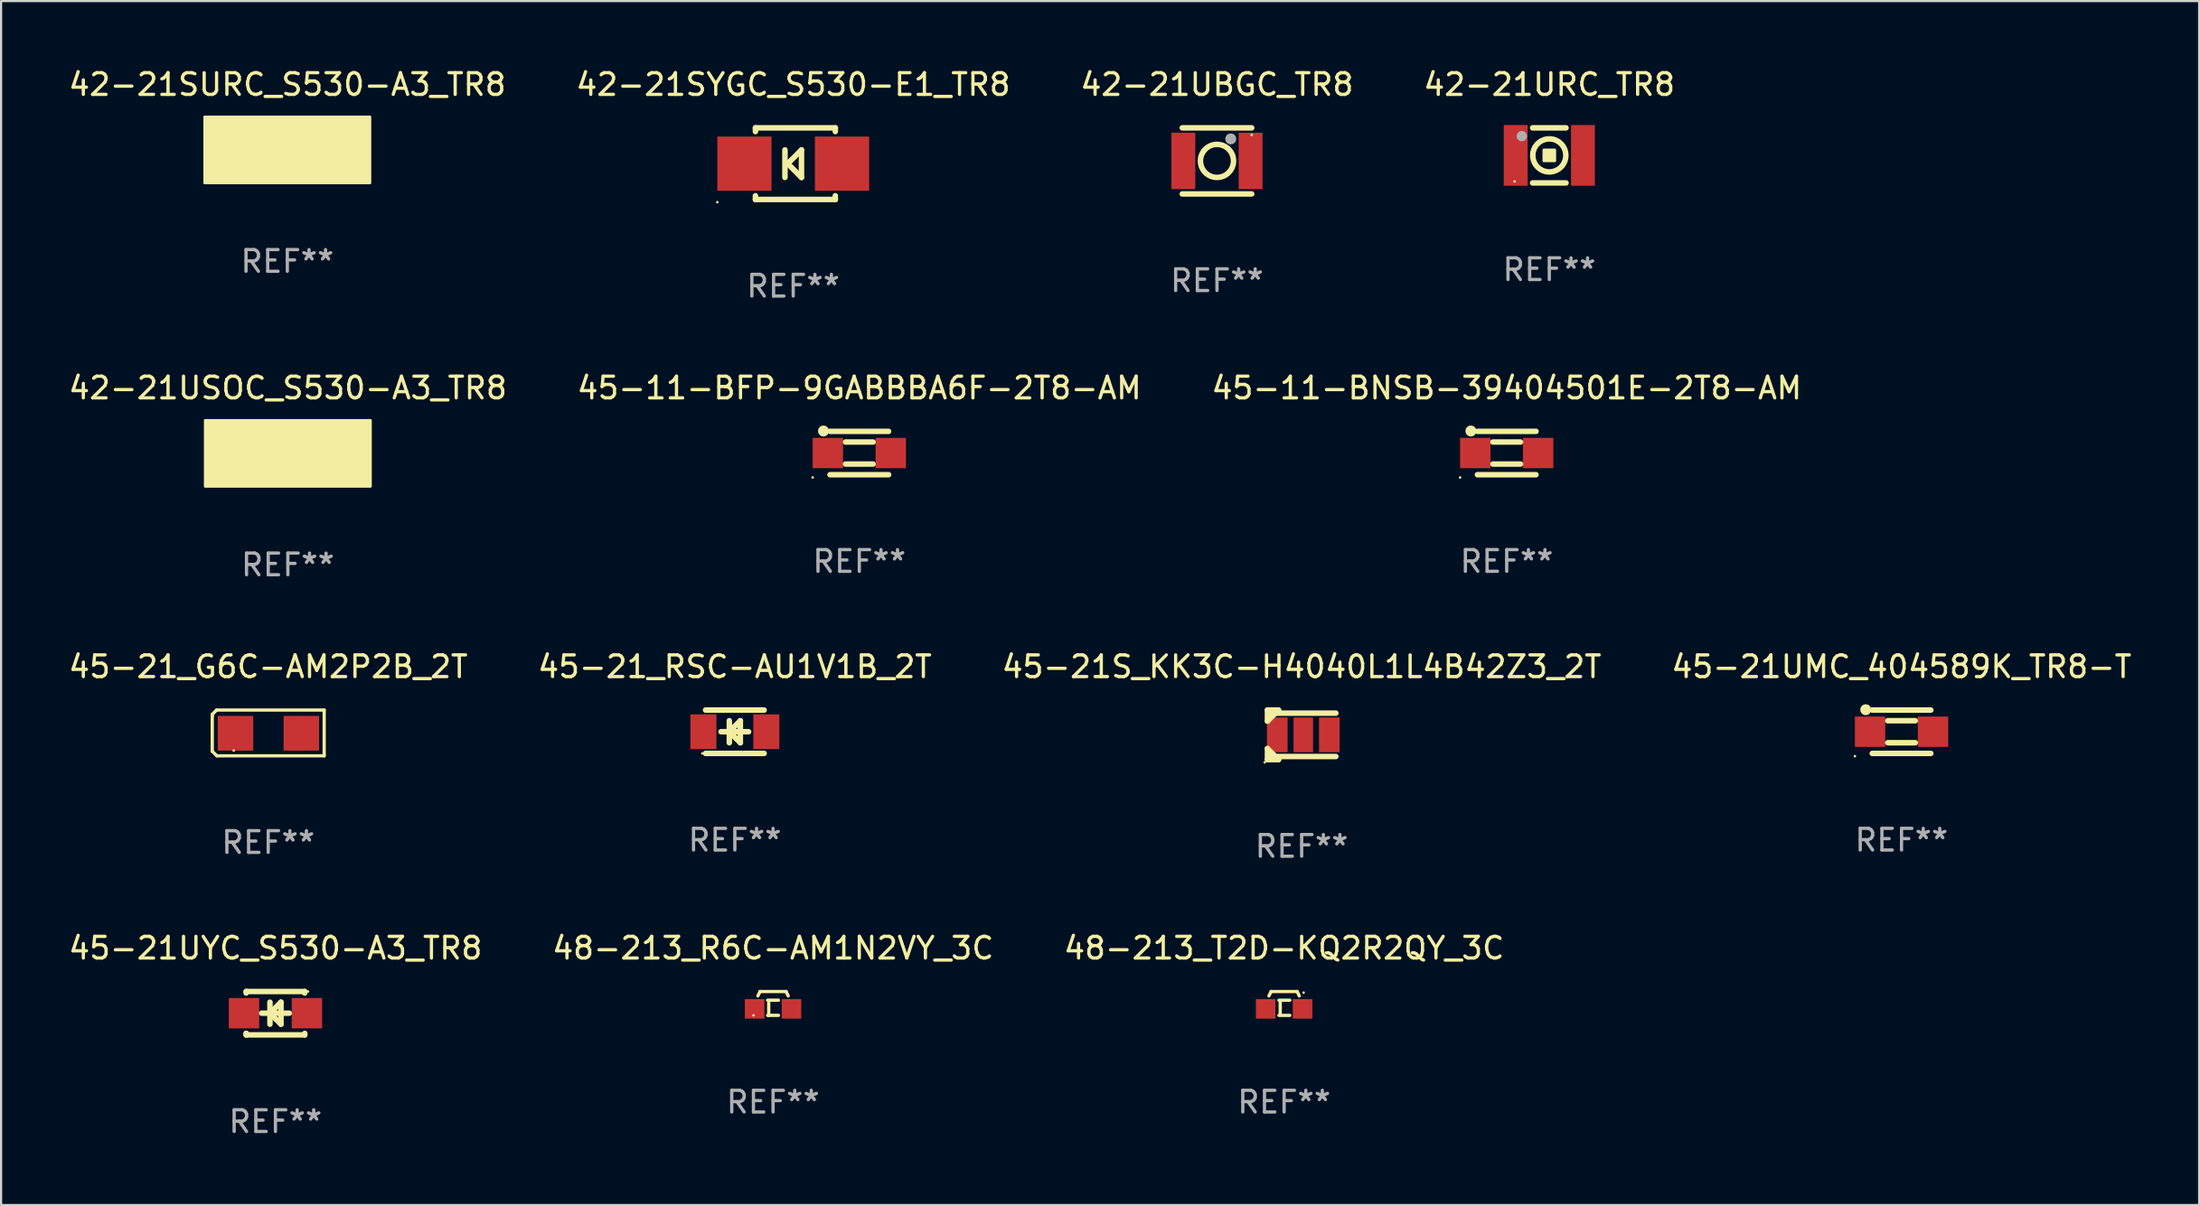
<source format=kicad_pcb>
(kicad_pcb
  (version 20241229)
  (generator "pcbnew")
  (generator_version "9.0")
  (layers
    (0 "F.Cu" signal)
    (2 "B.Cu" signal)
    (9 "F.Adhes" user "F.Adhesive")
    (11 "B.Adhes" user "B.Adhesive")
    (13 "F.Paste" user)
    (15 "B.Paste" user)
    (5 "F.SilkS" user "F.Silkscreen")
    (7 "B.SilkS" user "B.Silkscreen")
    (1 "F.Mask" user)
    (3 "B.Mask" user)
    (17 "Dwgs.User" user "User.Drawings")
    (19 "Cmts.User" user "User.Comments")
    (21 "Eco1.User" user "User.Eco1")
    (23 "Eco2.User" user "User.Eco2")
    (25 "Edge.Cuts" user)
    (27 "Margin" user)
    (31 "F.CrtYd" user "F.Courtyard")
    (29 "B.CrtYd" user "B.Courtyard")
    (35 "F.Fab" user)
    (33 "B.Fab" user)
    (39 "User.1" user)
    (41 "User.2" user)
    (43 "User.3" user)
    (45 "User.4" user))
  (footprint "45-21_G6C-AM2P2B_2T"
    (layer "F.Cu")
    (at 9.315 30.757)
    (property "Reference" "45-21_G6C-AM2P2B_2T" (at 0 -3.055 0) (layer "F.SilkS") (effects (font (size 1 1) (thickness 0.15))))
    (attr through_hole)
    (fp_line (start -2.58 -0.855) (end -2.38 -1.055) (stroke (width 0.15) (type solid)) (layer "F.SilkS"))
    (fp_line (start -2.58 -0.775) (end -2.58 -0.855) (stroke (width 0.15) (type solid)) (layer "F.SilkS"))
    (fp_line (start -2.58 -0.775) (end -2.58 0.845) (stroke (width 0.15) (type solid)) (layer "F.SilkS"))
    (fp_line (start -2.58 0.845) (end -2.37 1.055) (stroke (width 0.15) (type solid)) (layer "F.SilkS"))
    (fp_line (start -2.38 -1.055) (end 2.58 -1.055) (stroke (width 0.15) (type solid)) (layer "F.SilkS"))
    (fp_line (start 2.58 -1.055) (end 2.58 1.055) (stroke (width 0.15) (type solid)) (layer "F.SilkS"))
    (fp_line (start 2.58 1.055) (end -2.37 1.055) (stroke (width 0.15) (type solid)) (layer "F.SilkS"))
    (fp_circle (center -1.59 0.815) (end -1.56 0.815) (stroke (width 0.06) (type solid)) (fill no) (layer "F.SilkS"))
    (fp_text user "REF**" (at 0 5.055 0) (layer "F.Fab") (effects (font (size 1 1) (thickness 0.15))))
    (pad "1" smd rect (at -1.507 0.015) (size 1.635 1.6) (layers "F.Cu" "F.Mask" "F.Paste"))
    (pad "2" smd rect (at 1.527 0.015) (size 1.635 1.6) (layers "F.Cu" "F.Mask" "F.Paste")))
  (footprint "42-21SYGC_S530-E1_TR8"
    (layer "F.Cu")
    (at 33.518 4.499)
    (property "Reference" "42-21SYGC_S530-E1_TR8" (at 0 -3.651 0) (layer "F.SilkS") (effects (font (size 1 1) (thickness 0.15))))
    (attr through_hole)
    (fp_line (start -1.742 -1.651) (end -1.742 -1.481) (stroke (width 0.254) (type solid)) (layer "F.SilkS"))
    (fp_line (start -1.742 1.481) (end -1.742 1.651) (stroke (width 0.254) (type solid)) (layer "F.SilkS"))
    (fp_line (start -0.381 0.635) (end -0.381 -0.635) (stroke (width 0.254) (type solid)) (layer "F.SilkS"))
    (fp_line (start -0.254 0) (end 0.381 -0.635) (stroke (width 0.254) (type solid)) (layer "F.SilkS"))
    (fp_line (start 0.381 -0.635) (end 0.381 0.635) (stroke (width 0.254) (type solid)) (layer "F.SilkS"))
    (fp_line (start 0.381 0.635) (end -0.254 0) (stroke (width 0.254) (type solid)) (layer "F.SilkS"))
    (fp_line (start 1.941 -1.651) (end -1.742 -1.651) (stroke (width 0.254) (type solid)) (layer "F.SilkS"))
    (fp_line (start 1.941 -1.481) (end 1.941 -1.651) (stroke (width 0.254) (type solid)) (layer "F.SilkS"))
    (fp_line (start 1.941 1.651) (end -1.742 1.651) (stroke (width 0.254) (type solid)) (layer "F.SilkS"))
    (fp_line (start 1.941 1.651) (end 1.941 1.481) (stroke (width 0.254) (type solid)) (layer "F.SilkS"))
    (fp_circle (center -3.5 1.778) (end -3.47 1.778) (stroke (width 0.06) (type solid)) (fill no) (layer "F.SilkS"))
    (fp_text user "REF**" (at 0 5.651 0) (layer "F.Fab") (effects (font (size 1 1) (thickness 0.15))))
    (pad "1" smd rect (at -2.25 0 180) (size 2.5 2.5) (layers "F.Cu" "F.Mask" "F.Paste"))
    (pad "2" smd rect (at 2.25 0 180) (size 2.5 2.5) (layers "F.Cu" "F.Mask" "F.Paste")))
  (footprint "48-213_R6C-AM1N2VY_3C"
    (layer "F.Cu")
    (at 32.589 43.235)
    (property "Reference" "48-213_R6C-AM1N2VY_3C" (at 0 -2.551 0) (layer "F.SilkS") (effects (font (size 1 1) (thickness 0.15))))
    (attr through_hole)
    (fp_line (start -0.6 -0.549) (end 0.6 -0.549) (stroke (width 0.152) (type solid)) (layer "F.SilkS"))
    (fp_line (start -0.6 -0.551) (end -0.7 -0.349) (stroke (width 0.152) (type solid)) (layer "F.SilkS"))
    (fp_line (start -0.25 -0.15) (end 0.25 -0.15) (stroke (width 0.152) (type solid)) (layer "F.SilkS"))
    (fp_line (start -0.25 0.55) (end 0.25 0.55) (stroke (width 0.152) (type solid)) (layer "F.SilkS"))
    (fp_line (start -0.2 0.551) (end -0.2 -0.049) (stroke (width 0.152) (type solid)) (layer "F.SilkS"))
    (fp_line (start 0.599 -0.551) (end 0.7 -0.349) (stroke (width 0.152) (type solid)) (layer "F.SilkS"))
    (fp_circle (center -0.9 0.551) (end -0.87 0.551) (stroke (width 0.06) (type solid)) (fill no) (layer "F.SilkS"))
    (fp_text user "REF**" (at 0 4.551 0) (layer "F.Fab") (effects (font (size 1 1) (thickness 0.15))))
    (pad "1" smd rect (at -0.85 0.251) (size 0.9 0.9) (layers "F.Cu" "F.Mask" "F.Paste"))
    (pad "2" smd rect (at 0.85 0.251) (size 0.9 0.9) (layers "F.Cu" "F.Mask" "F.Paste")))
  (footprint "45-21_RSC-AU1V1B_2T"
    (layer "F.Cu")
    (at 30.827 30.702)
    (property "Reference" "45-21_RSC-AU1V1B_2T" (at 0 -3 0) (layer "F.SilkS") (effects (font (size 1 1) (thickness 0.15))))
    (attr through_hole)
    (fp_line (start -1.35 -1) (end 1.35 -1) (stroke (width 0.254) (type solid)) (layer "F.SilkS"))
    (fp_line (start -0.635 0) (end 0.635 0) (stroke (width 0.254) (type solid)) (layer "F.SilkS"))
    (fp_line (start -0.254 -0.508) (end -0.254 0.508) (stroke (width 0.254) (type solid)) (layer "F.SilkS"))
    (fp_line (start -0.254 0) (end 0.254 0.508) (stroke (width 0.254) (type solid)) (layer "F.SilkS"))
    (fp_line (start 0.254 -0.508) (end -0.254 0) (stroke (width 0.254) (type solid)) (layer "F.SilkS"))
    (fp_line (start 0.254 0.508) (end 0.254 -0.508) (stroke (width 0.254) (type solid)) (layer "F.SilkS"))
    (fp_line (start 1.35 1) (end -1.35 1) (stroke (width 0.254) (type solid)) (layer "F.SilkS"))
    (fp_circle (center -1.5 1) (end -1.47 1) (stroke (width 0.06) (type solid)) (fill no) (layer "F.SilkS"))
    (fp_text user "REF**" (at 0 5 0) (layer "F.Fab") (effects (font (size 1 1) (thickness 0.15))))
    (pad "1" smd rect (at -1.45 0) (size 1.2 1.6) (layers "F.Cu" "F.Mask" "F.Paste"))
    (pad "2" smd rect (at 1.45 0) (size 1.2 1.6) (layers "F.Cu" "F.Mask" "F.Paste")))
  (footprint "45-11-BFP-9GABBBA6F-2T8-AM"
    (layer "F.Cu")
    (at 36.565 17.847)
    (property "Reference" "45-11-BFP-9GABBBA6F-2T8-AM" (at 0 -3 0) (layer "F.SilkS") (effects (font (size 1 1) (thickness 0.15))))
    (attr through_hole)
    (fp_line (start -1.35 -1) (end 1.35 -1) (stroke (width 0.254) (type solid)) (layer "F.SilkS"))
    (fp_line (start 0.635 -0.508) (end -0.635 -0.508) (stroke (width 0.254) (type solid)) (layer "F.SilkS"))
    (fp_line (start 0.635 0.508) (end -0.635 0.508) (stroke (width 0.254) (type solid)) (layer "F.SilkS"))
    (fp_line (start 1.35 1) (end -1.35 1) (stroke (width 0.254) (type solid)) (layer "F.SilkS"))
    (fp_circle (center -2.15 1.127) (end -2.12 1.127) (stroke (width 0.06) (type solid)) (fill no) (layer "F.SilkS"))
    (fp_circle (center -1.651 -1.016) (end -1.524 -1.016) (stroke (width 0.254) (type solid)) (fill no) (layer "F.SilkS"))
    (fp_text user "REF**" (at 0 5 0) (layer "F.Fab") (effects (font (size 1 1) (thickness 0.15))))
    (pad "1" smd rect (at -1.45 0 180) (size 1.4 1.4) (layers "F.Cu" "F.Mask" "F.Paste"))
    (pad "2" smd rect (at 1.45 0 180) (size 1.4 1.4) (layers "F.Cu" "F.Mask" "F.Paste")))
  (footprint "42-21USOC_S530-A3_TR8"
    (layer "F.Cu")
    (at 10.22 17.926)
    (property "Reference" "42-21USOC_S530-A3_TR8" (at 0 -3.08 0) (layer "F.SilkS") (effects (font (size 1 1) (thickness 0.15))))
    (attr through_hole)
    (fp_line (start 0.635 -1.08) (end 0.635 1.08) (stroke (width 0.254) (type solid)) (layer "F.SilkS"))
    (fp_line (start 0.635 -0.064) (end -0.508 -0.064) (stroke (width 0.254) (type solid)) (layer "F.SilkS"))
    (fp_line (start 0.635 1.08) (end 0.635 -0.064) (stroke (width 0.254) (type solid)) (layer "F.SilkS"))
    (fp_circle (center 1.6 -1.264) (end 1.63 -1.264) (stroke (width 0.06) (type solid)) (fill no) (layer "F.SilkS"))
    (fp_poly (pts (xy -3.81 -1.588) (xy 3.81 -1.588) (xy 3.81 1.461) (xy -3.81 1.461)) (stroke (width 0.12) (type solid)) (fill yes) (layer "F.SilkS"))
    (fp_text user "REF**" (at 0 5.08 0) (layer "F.Fab") (effects (font (size 1 1) (thickness 0.15))))
    (pad "1" smd rect (at 2.25 -0.064 270) (size 2.5 2.5) (layers "F.Cu" "F.Mask" "F.Paste"))
    (pad "2" smd rect (at -2.25 -0.064 270) (size 2.5 2.5) (layers "F.Cu" "F.Mask" "F.Paste")))
  (footprint "45-21S_KK3C-H4040L1L4B42Z3_2T"
    (layer "F.Cu")
    (at 56.958 30.845)
    (property "Reference" "45-21S_KK3C-H4040L1L4B42Z3_2T" (at 0 -3.143 0) (layer "F.SilkS") (effects (font (size 1 1) (thickness 0.15))))
    (attr through_hole)
    (fp_line (start -1.576 -1.143) (end -1.576 -0.635) (stroke (width 0.254) (type solid)) (layer "F.SilkS"))
    (fp_line (start -1.576 -0.635) (end -1.068 -1.143) (stroke (width 0.254) (type solid)) (layer "F.SilkS"))
    (fp_line (start -1.576 0.635) (end -1.576 1.143) (stroke (width 0.254) (type solid)) (layer "F.SilkS"))
    (fp_line (start -1.576 1.143) (end -1.068 1.143) (stroke (width 0.254) (type solid)) (layer "F.SilkS"))
    (fp_line (start -1.424 -1) (end 1.576 -1) (stroke (width 0.254) (type solid)) (layer "F.SilkS"))
    (fp_line (start -1.068 -1.143) (end -1.576 -1.143) (stroke (width 0.254) (type solid)) (layer "F.SilkS"))
    (fp_line (start -1.068 1.143) (end -1.576 0.635) (stroke (width 0.254) (type solid)) (layer "F.SilkS"))
    (fp_line (start 1.576 1) (end -1.424 1) (stroke (width 0.254) (type solid)) (layer "F.SilkS"))
    (fp_circle (center -1.703 1.27) (end -1.673 1.27) (stroke (width 0.06) (type solid)) (fill no) (layer "F.SilkS"))
    (fp_text user "REF**" (at 0 5.143 0) (layer "F.Fab") (effects (font (size 1 1) (thickness 0.15))))
    (pad "1" smd rect (at -1.124 0) (size 0.95 1.6) (layers "F.Cu" "F.Mask" "F.Paste"))
    (pad "2" smd rect (at 1.275 0) (size 0.95 1.6) (layers "F.Cu" "F.Mask" "F.Paste"))
    (pad "3" smd rect (at 0.076 0) (size 0.9 1.6) (layers "F.Cu" "F.Mask" "F.Paste")))
  (footprint "45-21UMC_404589K_TR8-T"
    (layer "F.Cu")
    (at 84.613 30.702)
    (property "Reference" "45-21UMC_404589K_TR8-T" (at 0 -3 0) (layer "F.SilkS") (effects (font (size 1 1) (thickness 0.15))))
    (attr through_hole)
    (fp_line (start -1.35 -1) (end 1.35 -1) (stroke (width 0.254) (type solid)) (layer "F.SilkS"))
    (fp_line (start 0.635 -0.508) (end -0.635 -0.508) (stroke (width 0.254) (type solid)) (layer "F.SilkS"))
    (fp_line (start 0.635 0.508) (end -0.635 0.508) (stroke (width 0.254) (type solid)) (layer "F.SilkS"))
    (fp_line (start 1.35 1) (end -1.35 1) (stroke (width 0.254) (type solid)) (layer "F.SilkS"))
    (fp_circle (center -2.15 1.127) (end -2.12 1.127) (stroke (width 0.06) (type solid)) (fill no) (layer "F.SilkS"))
    (fp_circle (center -1.651 -1.016) (end -1.524 -1.016) (stroke (width 0.254) (type solid)) (fill no) (layer "F.SilkS"))
    (fp_text user "REF**" (at 0 5 0) (layer "F.Fab") (effects (font (size 1 1) (thickness 0.15))))
    (pad "1" smd rect (at -1.45 0 180) (size 1.4 1.4) (layers "F.Cu" "F.Mask" "F.Paste"))
    (pad "2" smd rect (at 1.45 0 180) (size 1.4 1.4) (layers "F.Cu" "F.Mask" "F.Paste")))
  (footprint "42-21UBGC_TR8"
    (layer "F.Cu")
    (at 53.054 4.372)
    (property "Reference" "42-21UBGC_TR8" (at 0 -3.524 0) (layer "F.SilkS") (effects (font (size 1 1) (thickness 0.15))))
    (attr through_hole)
    (fp_line (start -1.6 1.524) (end 1.6 1.524) (stroke (width 0.254) (type solid)) (layer "F.SilkS"))
    (fp_line (start 1.6 -1.524) (end -1.6 -1.524) (stroke (width 0.254) (type solid)) (layer "F.SilkS"))
    (fp_circle (center 0 0) (end 0.762 0) (stroke (width 0.254) (type solid)) (fill no) (layer "F.SilkS"))
    (fp_circle (center 1.6 -1.2) (end 1.63 -1.2) (stroke (width 0.06) (type solid)) (fill no) (layer "F.SilkS"))
    (fp_poly (pts (xy 0.508 -1.143) (xy 0.762 -1.143) (xy 0.762 -0.889) (xy 0.508 -0.889)) (stroke (width 0.12) (type solid)) (fill yes) (layer "F.SilkS"))
    (fp_circle (center 0.635 -1.016) (end 0.762 -1.016) (stroke (width 0.254) (type solid)) (fill no) (layer "F.Fab"))
    (fp_text user "REF**" (at 0 5.524 0) (layer "F.Fab") (effects (font (size 1 1) (thickness 0.15))))
    (pad "1" smd rect (at 1.55 0 90) (size 2.6 1.1) (layers "F.Cu" "F.Mask" "F.Paste"))
    (pad "2" smd rect (at -1.55 0 90) (size 2.6 1.1) (layers "F.Cu" "F.Mask" "F.Paste")))
  (footprint "45-21UYC_S530-A3_TR8"
    (layer "F.Cu")
    (at 9.649 43.685)
    (property "Reference" "45-21UYC_S530-A3_TR8" (at 0 -3 0) (layer "F.SilkS") (effects (font (size 1 1) (thickness 0.15))))
    (attr through_hole)
    (fp_line (start -1.35 -1) (end -1.35 -0.931) (stroke (width 0.254) (type solid)) (layer "F.SilkS"))
    (fp_line (start -1.35 -1) (end 1.35 -1) (stroke (width 0.254) (type solid)) (layer "F.SilkS"))
    (fp_line (start -1.35 0.931) (end -1.35 1) (stroke (width 0.254) (type solid)) (layer "F.SilkS"))
    (fp_line (start -1.35 1) (end -1.35 0.931) (stroke (width 0.254) (type solid)) (layer "F.SilkS"))
    (fp_line (start -0.635 0) (end 0.635 0) (stroke (width 0.254) (type solid)) (layer "F.SilkS"))
    (fp_line (start -0.254 -0.508) (end -0.254 0.508) (stroke (width 0.254) (type solid)) (layer "F.SilkS"))
    (fp_line (start -0.254 0) (end 0.254 0.508) (stroke (width 0.254) (type solid)) (layer "F.SilkS"))
    (fp_line (start 0.254 -0.508) (end -0.254 0) (stroke (width 0.254) (type solid)) (layer "F.SilkS"))
    (fp_line (start 0.254 0.508) (end 0.254 -0.508) (stroke (width 0.254) (type solid)) (layer "F.SilkS"))
    (fp_line (start 1.35 -1) (end 1.35 -0.931) (stroke (width 0.254) (type solid)) (layer "F.SilkS"))
    (fp_line (start 1.35 0.931) (end 1.35 1) (stroke (width 0.254) (type solid)) (layer "F.SilkS"))
    (fp_line (start 1.35 1) (end -1.35 1) (stroke (width 0.254) (type solid)) (layer "F.SilkS"))
    (fp_circle (center 1.5 -1) (end 1.53 -1) (stroke (width 0.06) (type solid)) (fill no) (layer "F.SilkS"))
    (fp_text user "REF**" (at 0 5 0) (layer "F.Fab") (effects (font (size 1 1) (thickness 0.15))))
    (pad "1" smd rect (at 1.45 0) (size 1.4 1.4) (layers "F.Cu" "F.Mask" "F.Paste"))
    (pad "2" smd rect (at -1.45 0) (size 1.4 1.4) (layers "F.Cu" "F.Mask" "F.Paste")))
  (footprint "45-11-BNSB-39404501E-2T8-AM"
    (layer "F.Cu")
    (at 66.411 17.847)
    (property "Reference" "45-11-BNSB-39404501E-2T8-AM" (at 0 -3 0) (layer "F.SilkS") (effects (font (size 1 1) (thickness 0.15))))
    (attr through_hole)
    (fp_line (start -1.35 -1) (end 1.35 -1) (stroke (width 0.254) (type solid)) (layer "F.SilkS"))
    (fp_line (start 0.635 -0.508) (end -0.635 -0.508) (stroke (width 0.254) (type solid)) (layer "F.SilkS"))
    (fp_line (start 0.635 0.508) (end -0.635 0.508) (stroke (width 0.254) (type solid)) (layer "F.SilkS"))
    (fp_line (start 1.35 1) (end -1.35 1) (stroke (width 0.254) (type solid)) (layer "F.SilkS"))
    (fp_circle (center -2.15 1.127) (end -2.12 1.127) (stroke (width 0.06) (type solid)) (fill no) (layer "F.SilkS"))
    (fp_circle (center -1.651 -1.016) (end -1.524 -1.016) (stroke (width 0.254) (type solid)) (fill no) (layer "F.SilkS"))
    (fp_text user "REF**" (at 0 5 0) (layer "F.Fab") (effects (font (size 1 1) (thickness 0.15))))
    (pad "1" smd rect (at -1.45 0 180) (size 1.4 1.4) (layers "F.Cu" "F.Mask" "F.Paste"))
    (pad "2" smd rect (at 1.45 0 180) (size 1.4 1.4) (layers "F.Cu" "F.Mask" "F.Paste")))
  (footprint "48-213_T2D-KQ2R2QY_3C"
    (layer "F.Cu")
    (at 56.149 43.235)
    (property "Reference" "48-213_T2D-KQ2R2QY_3C" (at 0 -2.551 0) (layer "F.SilkS") (effects (font (size 1 1) (thickness 0.15))))
    (attr through_hole)
    (fp_line (start -0.599 -0.551) (end -0.7 -0.349) (stroke (width 0.152) (type solid)) (layer "F.SilkS"))
    (fp_line (start -0.18 0.471) (end -0.18 -0.129) (stroke (width 0.152) (type solid)) (layer "F.SilkS"))
    (fp_line (start 0.262 -0.149) (end -0.238 -0.149) (stroke (width 0.152) (type solid)) (layer "F.SilkS"))
    (fp_line (start 0.262 0.551) (end -0.238 0.551) (stroke (width 0.152) (type solid)) (layer "F.SilkS"))
    (fp_line (start 0.6 -0.551) (end 0.7 -0.349) (stroke (width 0.152) (type solid)) (layer "F.SilkS"))
    (fp_line (start 0.6 -0.549) (end -0.6 -0.549) (stroke (width 0.152) (type solid)) (layer "F.SilkS"))
    (fp_circle (center 0.9 -0.5) (end 0.93 -0.5) (stroke (width 0.06) (type solid)) (fill no) (layer "F.SilkS"))
    (fp_text user "REF**" (at 0 4.551 0) (layer "F.Fab") (effects (font (size 1 1) (thickness 0.15))))
    (pad "1" smd rect (at 0.85 0.251) (size 0.9 0.9) (layers "F.Cu" "F.Mask" "F.Paste"))
    (pad "2" smd rect (at -0.85 0.251) (size 0.9 0.9) (layers "F.Cu" "F.Mask" "F.Paste")))
  (footprint "42-21URC_TR8"
    (layer "F.Cu")
    (at 68.375 4.118)
    (property "Reference" "42-21URC_TR8" (at 0 -3.27 0) (layer "F.SilkS") (effects (font (size 1 1) (thickness 0.15))))
    (attr through_hole)
    (fp_line (start -0.769 -1.27) (end 0.769 -1.27) (stroke (width 0.254) (type solid)) (layer "F.SilkS"))
    (fp_line (start 0.769 1.27) (end -0.769 1.27) (stroke (width 0.254) (type solid)) (layer "F.SilkS"))
    (fp_circle (center -1.6 1.2) (end -1.57 1.2) (stroke (width 0.06) (type solid)) (fill no) (layer "F.SilkS"))
    (fp_circle (center -0.000127 0) (end 0.762 0) (stroke (width 0.254) (type solid)) (fill no) (layer "F.SilkS"))
    (fp_poly (pts (xy -0.254 -0.254) (xy 0.254 -0.254) (xy 0.254 0.254) (xy -0.254 0.254)) (stroke (width 0.12) (type solid)) (fill yes) (layer "F.SilkS"))
    (fp_circle (center -1.27 -0.889) (end -1.15 -0.889) (stroke (width 0.24) (type solid)) (fill no) (layer "F.Fab"))
    (fp_text user "REF**" (at 0 5.27 0) (layer "F.Fab") (effects (font (size 1 1) (thickness 0.15))))
    (pad "1" smd rect (at -1.55 0 270) (size 2.8 1.1) (layers "F.Cu" "F.Mask" "F.Paste"))
    (pad "2" smd rect (at 1.55 0 270) (size 2.8 1.1) (layers "F.Cu" "F.Mask" "F.Paste")))
  (footprint "42-21SURC_S530-A3_TR8"
    (layer "F.Cu")
    (at 10.196 3.928)
    (property "Reference" "42-21SURC_S530-A3_TR8" (at 0 -3.08 0) (layer "F.SilkS") (effects (font (size 1 1) (thickness 0.15))))
    (attr through_hole)
    (fp_line (start 0.635 -1.08) (end 0.635 1.08) (stroke (width 0.254) (type solid)) (layer "F.SilkS"))
    (fp_line (start 0.635 -0.064) (end -0.508 -0.064) (stroke (width 0.254) (type solid)) (layer "F.SilkS"))
    (fp_line (start 0.635 1.08) (end 0.635 -0.064) (stroke (width 0.254) (type solid)) (layer "F.SilkS"))
    (fp_circle (center 1.6 -1.264) (end 1.63 -1.264) (stroke (width 0.06) (type solid)) (fill no) (layer "F.SilkS"))
    (fp_poly (pts (xy -3.81 -1.588) (xy 3.81 -1.588) (xy 3.81 1.461) (xy -3.81 1.461)) (stroke (width 0.12) (type solid)) (fill yes) (layer "F.SilkS"))
    (fp_text user "REF**" (at 0 5.08 0) (layer "F.Fab") (effects (font (size 1 1) (thickness 0.15))))
    (pad "1" smd rect (at 2.25 -0.064 270) (size 2.5 2.5) (layers "F.Cu" "F.Mask" "F.Paste"))
    (pad "2" smd rect (at -2.25 -0.064 270) (size 2.5 2.5) (layers "F.Cu" "F.Mask" "F.Paste")))
  (gr_rect
    (start -3 -3)
    (end 98.333 52.533)
    (stroke (width 0.1) (type default))
    (fill no)
    (layer "Edge.Cuts")))
</source>
